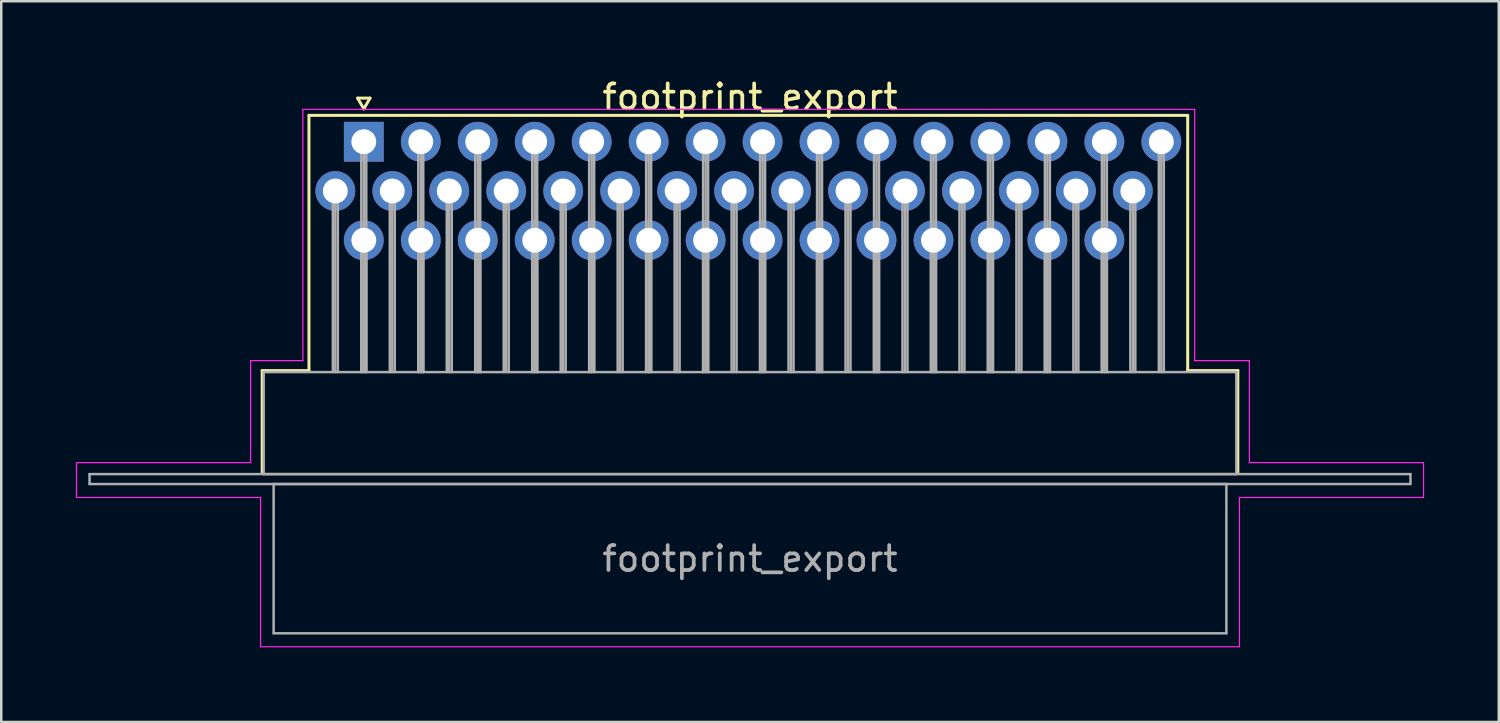
<source format=kicad_pcb>
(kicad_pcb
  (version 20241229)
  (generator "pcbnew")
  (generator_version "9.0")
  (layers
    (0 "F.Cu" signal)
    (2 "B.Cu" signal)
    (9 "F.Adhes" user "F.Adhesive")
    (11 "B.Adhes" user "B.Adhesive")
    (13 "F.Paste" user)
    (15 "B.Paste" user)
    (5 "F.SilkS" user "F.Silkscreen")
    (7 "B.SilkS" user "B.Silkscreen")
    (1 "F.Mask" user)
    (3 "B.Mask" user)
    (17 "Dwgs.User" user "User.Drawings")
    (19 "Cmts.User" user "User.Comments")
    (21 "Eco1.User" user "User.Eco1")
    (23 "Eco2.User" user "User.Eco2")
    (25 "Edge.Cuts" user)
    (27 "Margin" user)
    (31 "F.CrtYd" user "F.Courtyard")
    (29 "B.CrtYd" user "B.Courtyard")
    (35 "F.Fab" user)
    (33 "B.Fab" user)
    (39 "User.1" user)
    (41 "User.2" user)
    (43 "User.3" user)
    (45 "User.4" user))
  (footprint "footprint_export"
    (layer "F.Cu")
    (at 11.575 2.648)
    (property "Reference" "footprint_export" (at 15.525 -1.8 0) (layer "F.SilkS") (effects (font (size 1 1) (thickness 0.15))))
    (attr through_hole)
    (fp_line (start -4.085 9.2) (end -2.205 9.2) (stroke (width 0.12) (type solid)) (layer "F.SilkS"))
    (fp_line (start -4.085 13.3) (end -4.085 9.2) (stroke (width 0.12) (type solid)) (layer "F.SilkS"))
    (fp_line (start -2.205 -1.06) (end 33.12 -1.06) (stroke (width 0.12) (type solid)) (layer "F.SilkS"))
    (fp_line (start -2.205 9.2) (end -2.205 -1.06) (stroke (width 0.12) (type solid)) (layer "F.SilkS"))
    (fp_line (start -0.25 -1.754) (end 0.25 -1.754) (stroke (width 0.12) (type solid)) (layer "F.SilkS"))
    (fp_line (start 0 -1.321) (end -0.25 -1.754) (stroke (width 0.12) (type solid)) (layer "F.SilkS"))
    (fp_line (start 0.25 -1.754) (end 0 -1.321) (stroke (width 0.12) (type solid)) (layer "F.SilkS"))
    (fp_line (start 33.12 -1.06) (end 33.12 9.2) (stroke (width 0.12) (type solid)) (layer "F.SilkS"))
    (fp_line (start 33.12 9.2) (end 35.135 9.2) (stroke (width 0.12) (type solid)) (layer "F.SilkS"))
    (fp_line (start 35.135 9.2) (end 35.135 13.3) (stroke (width 0.12) (type solid)) (layer "F.SilkS"))
    (fp_line (start -11.55 12.9) (end -4.55 12.9) (stroke (width 0.05) (type solid)) (layer "F.CrtYd"))
    (fp_line (start -11.55 14.3) (end -11.55 12.9) (stroke (width 0.05) (type solid)) (layer "F.CrtYd"))
    (fp_line (start -4.55 8.8) (end -2.45 8.8) (stroke (width 0.05) (type solid)) (layer "F.CrtYd"))
    (fp_line (start -4.55 12.9) (end -4.55 8.8) (stroke (width 0.05) (type solid)) (layer "F.CrtYd"))
    (fp_line (start -4.15 14.3) (end -11.55 14.3) (stroke (width 0.05) (type solid)) (layer "F.CrtYd"))
    (fp_line (start -4.15 20.3) (end -4.15 14.3) (stroke (width 0.05) (type solid)) (layer "F.CrtYd"))
    (fp_line (start -2.45 -1.3) (end 33.4 -1.3) (stroke (width 0.05) (type solid)) (layer "F.CrtYd"))
    (fp_line (start -2.45 8.8) (end -2.45 -1.3) (stroke (width 0.05) (type solid)) (layer "F.CrtYd"))
    (fp_line (start 33.4 -1.3) (end 33.4 8.8) (stroke (width 0.05) (type solid)) (layer "F.CrtYd"))
    (fp_line (start 33.4 8.8) (end 35.6 8.8) (stroke (width 0.05) (type solid)) (layer "F.CrtYd"))
    (fp_line (start 35.2 14.3) (end 35.2 20.3) (stroke (width 0.05) (type solid)) (layer "F.CrtYd"))
    (fp_line (start 35.2 20.3) (end -4.15 20.3) (stroke (width 0.05) (type solid)) (layer "F.CrtYd"))
    (fp_line (start 35.6 8.8) (end 35.6 12.9) (stroke (width 0.05) (type solid)) (layer "F.CrtYd"))
    (fp_line (start 35.6 12.9) (end 42.6 12.9) (stroke (width 0.05) (type solid)) (layer "F.CrtYd"))
    (fp_line (start 42.6 12.9) (end 42.6 14.3) (stroke (width 0.05) (type solid)) (layer "F.CrtYd"))
    (fp_line (start 42.6 14.3) (end 35.2 14.3) (stroke (width 0.05) (type solid)) (layer "F.CrtYd"))
    (fp_line (start -11.025 13.36) (end -11.025 13.76) (stroke (width 0.1) (type solid)) (layer "F.Fab"))
    (fp_line (start -11.025 13.76) (end 42.075 13.76) (stroke (width 0.1) (type solid)) (layer "F.Fab"))
    (fp_line (start -4.025 9.26) (end -4.025 13.36) (stroke (width 0.1) (type solid)) (layer "F.Fab"))
    (fp_line (start -4.025 13.36) (end 35.075 13.36) (stroke (width 0.1) (type solid)) (layer "F.Fab"))
    (fp_line (start -3.625 13.76) (end -3.625 19.76) (stroke (width 0.1) (type solid)) (layer "F.Fab"))
    (fp_line (start -3.625 19.76) (end 34.675 19.76) (stroke (width 0.1) (type solid)) (layer "F.Fab"))
    (fp_line (start -1.245 1.98) (end -1.245 9.26) (stroke (width 0.1) (type solid)) (layer "F.Fab"))
    (fp_line (start -1.145 1.98) (end -1.145 9.26) (stroke (width 0.1) (type solid)) (layer "F.Fab"))
    (fp_line (start -1.045 1.98) (end -1.045 9.26) (stroke (width 0.1) (type solid)) (layer "F.Fab"))
    (fp_line (start -0.1 0) (end -0.1 9.26) (stroke (width 0.1) (type solid)) (layer "F.Fab"))
    (fp_line (start -0.1 3.96) (end -0.1 9.26) (stroke (width 0.1) (type solid)) (layer "F.Fab"))
    (fp_line (start 0 0) (end 0 9.26) (stroke (width 0.1) (type solid)) (layer "F.Fab"))
    (fp_line (start 0 3.96) (end 0 9.26) (stroke (width 0.1) (type solid)) (layer "F.Fab"))
    (fp_line (start 0.1 0) (end 0.1 9.26) (stroke (width 0.1) (type solid)) (layer "F.Fab"))
    (fp_line (start 0.1 3.96) (end 0.1 9.26) (stroke (width 0.1) (type solid)) (layer "F.Fab"))
    (fp_line (start 1.045 1.98) (end 1.045 9.26) (stroke (width 0.1) (type solid)) (layer "F.Fab"))
    (fp_line (start 1.145 1.98) (end 1.145 9.26) (stroke (width 0.1) (type solid)) (layer "F.Fab"))
    (fp_line (start 1.245 1.98) (end 1.245 9.26) (stroke (width 0.1) (type solid)) (layer "F.Fab"))
    (fp_line (start 2.19 0) (end 2.19 9.26) (stroke (width 0.1) (type solid)) (layer "F.Fab"))
    (fp_line (start 2.19 3.96) (end 2.19 9.26) (stroke (width 0.1) (type solid)) (layer "F.Fab"))
    (fp_line (start 2.29 0) (end 2.29 9.26) (stroke (width 0.1) (type solid)) (layer "F.Fab"))
    (fp_line (start 2.29 3.96) (end 2.29 9.26) (stroke (width 0.1) (type solid)) (layer "F.Fab"))
    (fp_line (start 2.39 0) (end 2.39 9.26) (stroke (width 0.1) (type solid)) (layer "F.Fab"))
    (fp_line (start 2.39 3.96) (end 2.39 9.26) (stroke (width 0.1) (type solid)) (layer "F.Fab"))
    (fp_line (start 3.335 1.98) (end 3.335 9.26) (stroke (width 0.1) (type solid)) (layer "F.Fab"))
    (fp_line (start 3.435 1.98) (end 3.435 9.26) (stroke (width 0.1) (type solid)) (layer "F.Fab"))
    (fp_line (start 3.535 1.98) (end 3.535 9.26) (stroke (width 0.1) (type solid)) (layer "F.Fab"))
    (fp_line (start 4.48 0) (end 4.48 9.26) (stroke (width 0.1) (type solid)) (layer "F.Fab"))
    (fp_line (start 4.48 3.96) (end 4.48 9.26) (stroke (width 0.1) (type solid)) (layer "F.Fab"))
    (fp_line (start 4.58 0) (end 4.58 9.26) (stroke (width 0.1) (type solid)) (layer "F.Fab"))
    (fp_line (start 4.58 3.96) (end 4.58 9.26) (stroke (width 0.1) (type solid)) (layer "F.Fab"))
    (fp_line (start 4.68 0) (end 4.68 9.26) (stroke (width 0.1) (type solid)) (layer "F.Fab"))
    (fp_line (start 4.68 3.96) (end 4.68 9.26) (stroke (width 0.1) (type solid)) (layer "F.Fab"))
    (fp_line (start 5.625 1.98) (end 5.625 9.26) (stroke (width 0.1) (type solid)) (layer "F.Fab"))
    (fp_line (start 5.725 1.98) (end 5.725 9.26) (stroke (width 0.1) (type solid)) (layer "F.Fab"))
    (fp_line (start 5.825 1.98) (end 5.825 9.26) (stroke (width 0.1) (type solid)) (layer "F.Fab"))
    (fp_line (start 6.77 0) (end 6.77 9.26) (stroke (width 0.1) (type solid)) (layer "F.Fab"))
    (fp_line (start 6.77 3.96) (end 6.77 9.26) (stroke (width 0.1) (type solid)) (layer "F.Fab"))
    (fp_line (start 6.87 0) (end 6.87 9.26) (stroke (width 0.1) (type solid)) (layer "F.Fab"))
    (fp_line (start 6.87 3.96) (end 6.87 9.26) (stroke (width 0.1) (type solid)) (layer "F.Fab"))
    (fp_line (start 6.97 0) (end 6.97 9.26) (stroke (width 0.1) (type solid)) (layer "F.Fab"))
    (fp_line (start 6.97 3.96) (end 6.97 9.26) (stroke (width 0.1) (type solid)) (layer "F.Fab"))
    (fp_line (start 7.915 1.98) (end 7.915 9.26) (stroke (width 0.1) (type solid)) (layer "F.Fab"))
    (fp_line (start 8.015 1.98) (end 8.015 9.26) (stroke (width 0.1) (type solid)) (layer "F.Fab"))
    (fp_line (start 8.115 1.98) (end 8.115 9.26) (stroke (width 0.1) (type solid)) (layer "F.Fab"))
    (fp_line (start 9.06 0) (end 9.06 9.26) (stroke (width 0.1) (type solid)) (layer "F.Fab"))
    (fp_line (start 9.06 3.96) (end 9.06 9.26) (stroke (width 0.1) (type solid)) (layer "F.Fab"))
    (fp_line (start 9.16 0) (end 9.16 9.26) (stroke (width 0.1) (type solid)) (layer "F.Fab"))
    (fp_line (start 9.16 3.96) (end 9.16 9.26) (stroke (width 0.1) (type solid)) (layer "F.Fab"))
    (fp_line (start 9.26 0) (end 9.26 9.26) (stroke (width 0.1) (type solid)) (layer "F.Fab"))
    (fp_line (start 9.26 3.96) (end 9.26 9.26) (stroke (width 0.1) (type solid)) (layer "F.Fab"))
    (fp_line (start 10.205 1.98) (end 10.205 9.26) (stroke (width 0.1) (type solid)) (layer "F.Fab"))
    (fp_line (start 10.305 1.98) (end 10.305 9.26) (stroke (width 0.1) (type solid)) (layer "F.Fab"))
    (fp_line (start 10.405 1.98) (end 10.405 9.26) (stroke (width 0.1) (type solid)) (layer "F.Fab"))
    (fp_line (start 11.35 0) (end 11.35 9.26) (stroke (width 0.1) (type solid)) (layer "F.Fab"))
    (fp_line (start 11.35 3.96) (end 11.35 9.26) (stroke (width 0.1) (type solid)) (layer "F.Fab"))
    (fp_line (start 11.45 0) (end 11.45 9.26) (stroke (width 0.1) (type solid)) (layer "F.Fab"))
    (fp_line (start 11.45 3.96) (end 11.45 9.26) (stroke (width 0.1) (type solid)) (layer "F.Fab"))
    (fp_line (start 11.55 0) (end 11.55 9.26) (stroke (width 0.1) (type solid)) (layer "F.Fab"))
    (fp_line (start 11.55 3.96) (end 11.55 9.26) (stroke (width 0.1) (type solid)) (layer "F.Fab"))
    (fp_line (start 12.495 1.98) (end 12.495 9.26) (stroke (width 0.1) (type solid)) (layer "F.Fab"))
    (fp_line (start 12.595 1.98) (end 12.595 9.26) (stroke (width 0.1) (type solid)) (layer "F.Fab"))
    (fp_line (start 12.695 1.98) (end 12.695 9.26) (stroke (width 0.1) (type solid)) (layer "F.Fab"))
    (fp_line (start 13.64 0) (end 13.64 9.26) (stroke (width 0.1) (type solid)) (layer "F.Fab"))
    (fp_line (start 13.64 3.96) (end 13.64 9.26) (stroke (width 0.1) (type solid)) (layer "F.Fab"))
    (fp_line (start 13.74 0) (end 13.74 9.26) (stroke (width 0.1) (type solid)) (layer "F.Fab"))
    (fp_line (start 13.74 3.96) (end 13.74 9.26) (stroke (width 0.1) (type solid)) (layer "F.Fab"))
    (fp_line (start 13.84 0) (end 13.84 9.26) (stroke (width 0.1) (type solid)) (layer "F.Fab"))
    (fp_line (start 13.84 3.96) (end 13.84 9.26) (stroke (width 0.1) (type solid)) (layer "F.Fab"))
    (fp_line (start 14.785 1.98) (end 14.785 9.26) (stroke (width 0.1) (type solid)) (layer "F.Fab"))
    (fp_line (start 14.885 1.98) (end 14.885 9.26) (stroke (width 0.1) (type solid)) (layer "F.Fab"))
    (fp_line (start 14.985 1.98) (end 14.985 9.26) (stroke (width 0.1) (type solid)) (layer "F.Fab"))
    (fp_line (start 15.93 0) (end 15.93 9.26) (stroke (width 0.1) (type solid)) (layer "F.Fab"))
    (fp_line (start 15.93 3.96) (end 15.93 9.26) (stroke (width 0.1) (type solid)) (layer "F.Fab"))
    (fp_line (start 16.03 0) (end 16.03 9.26) (stroke (width 0.1) (type solid)) (layer "F.Fab"))
    (fp_line (start 16.03 3.96) (end 16.03 9.26) (stroke (width 0.1) (type solid)) (layer "F.Fab"))
    (fp_line (start 16.13 0) (end 16.13 9.26) (stroke (width 0.1) (type solid)) (layer "F.Fab"))
    (fp_line (start 16.13 3.96) (end 16.13 9.26) (stroke (width 0.1) (type solid)) (layer "F.Fab"))
    (fp_line (start 17.075 1.98) (end 17.075 9.26) (stroke (width 0.1) (type solid)) (layer "F.Fab"))
    (fp_line (start 17.175 1.98) (end 17.175 9.26) (stroke (width 0.1) (type solid)) (layer "F.Fab"))
    (fp_line (start 17.275 1.98) (end 17.275 9.26) (stroke (width 0.1) (type solid)) (layer "F.Fab"))
    (fp_line (start 18.22 0) (end 18.22 9.26) (stroke (width 0.1) (type solid)) (layer "F.Fab"))
    (fp_line (start 18.22 3.96) (end 18.22 9.26) (stroke (width 0.1) (type solid)) (layer "F.Fab"))
    (fp_line (start 18.32 0) (end 18.32 9.26) (stroke (width 0.1) (type solid)) (layer "F.Fab"))
    (fp_line (start 18.32 3.96) (end 18.32 9.26) (stroke (width 0.1) (type solid)) (layer "F.Fab"))
    (fp_line (start 18.42 0) (end 18.42 9.26) (stroke (width 0.1) (type solid)) (layer "F.Fab"))
    (fp_line (start 18.42 3.96) (end 18.42 9.26) (stroke (width 0.1) (type solid)) (layer "F.Fab"))
    (fp_line (start 19.365 1.98) (end 19.365 9.26) (stroke (width 0.1) (type solid)) (layer "F.Fab"))
    (fp_line (start 19.465 1.98) (end 19.465 9.26) (stroke (width 0.1) (type solid)) (layer "F.Fab"))
    (fp_line (start 19.565 1.98) (end 19.565 9.26) (stroke (width 0.1) (type solid)) (layer "F.Fab"))
    (fp_line (start 20.51 0) (end 20.51 9.26) (stroke (width 0.1) (type solid)) (layer "F.Fab"))
    (fp_line (start 20.51 3.96) (end 20.51 9.26) (stroke (width 0.1) (type solid)) (layer "F.Fab"))
    (fp_line (start 20.61 0) (end 20.61 9.26) (stroke (width 0.1) (type solid)) (layer "F.Fab"))
    (fp_line (start 20.61 3.96) (end 20.61 9.26) (stroke (width 0.1) (type solid)) (layer "F.Fab"))
    (fp_line (start 20.71 0) (end 20.71 9.26) (stroke (width 0.1) (type solid)) (layer "F.Fab"))
    (fp_line (start 20.71 3.96) (end 20.71 9.26) (stroke (width 0.1) (type solid)) (layer "F.Fab"))
    (fp_line (start 21.655 1.98) (end 21.655 9.26) (stroke (width 0.1) (type solid)) (layer "F.Fab"))
    (fp_line (start 21.755 1.98) (end 21.755 9.26) (stroke (width 0.1) (type solid)) (layer "F.Fab"))
    (fp_line (start 21.855 1.98) (end 21.855 9.26) (stroke (width 0.1) (type solid)) (layer "F.Fab"))
    (fp_line (start 22.8 0) (end 22.8 9.26) (stroke (width 0.1) (type solid)) (layer "F.Fab"))
    (fp_line (start 22.8 3.96) (end 22.8 9.26) (stroke (width 0.1) (type solid)) (layer "F.Fab"))
    (fp_line (start 22.9 0) (end 22.9 9.26) (stroke (width 0.1) (type solid)) (layer "F.Fab"))
    (fp_line (start 22.9 3.96) (end 22.9 9.26) (stroke (width 0.1) (type solid)) (layer "F.Fab"))
    (fp_line (start 23 0) (end 23 9.26) (stroke (width 0.1) (type solid)) (layer "F.Fab"))
    (fp_line (start 23 3.96) (end 23 9.26) (stroke (width 0.1) (type solid)) (layer "F.Fab"))
    (fp_line (start 23.945 1.98) (end 23.945 9.26) (stroke (width 0.1) (type solid)) (layer "F.Fab"))
    (fp_line (start 24.045 1.98) (end 24.045 9.26) (stroke (width 0.1) (type solid)) (layer "F.Fab"))
    (fp_line (start 24.145 1.98) (end 24.145 9.26) (stroke (width 0.1) (type solid)) (layer "F.Fab"))
    (fp_line (start 25.09 0) (end 25.09 9.26) (stroke (width 0.1) (type solid)) (layer "F.Fab"))
    (fp_line (start 25.09 3.96) (end 25.09 9.26) (stroke (width 0.1) (type solid)) (layer "F.Fab"))
    (fp_line (start 25.19 0) (end 25.19 9.26) (stroke (width 0.1) (type solid)) (layer "F.Fab"))
    (fp_line (start 25.19 3.96) (end 25.19 9.26) (stroke (width 0.1) (type solid)) (layer "F.Fab"))
    (fp_line (start 25.29 0) (end 25.29 9.26) (stroke (width 0.1) (type solid)) (layer "F.Fab"))
    (fp_line (start 25.29 3.96) (end 25.29 9.26) (stroke (width 0.1) (type solid)) (layer "F.Fab"))
    (fp_line (start 26.235 1.98) (end 26.235 9.26) (stroke (width 0.1) (type solid)) (layer "F.Fab"))
    (fp_line (start 26.335 1.98) (end 26.335 9.26) (stroke (width 0.1) (type solid)) (layer "F.Fab"))
    (fp_line (start 26.435 1.98) (end 26.435 9.26) (stroke (width 0.1) (type solid)) (layer "F.Fab"))
    (fp_line (start 27.38 0) (end 27.38 9.26) (stroke (width 0.1) (type solid)) (layer "F.Fab"))
    (fp_line (start 27.38 3.96) (end 27.38 9.26) (stroke (width 0.1) (type solid)) (layer "F.Fab"))
    (fp_line (start 27.48 0) (end 27.48 9.26) (stroke (width 0.1) (type solid)) (layer "F.Fab"))
    (fp_line (start 27.48 3.96) (end 27.48 9.26) (stroke (width 0.1) (type solid)) (layer "F.Fab"))
    (fp_line (start 27.58 0) (end 27.58 9.26) (stroke (width 0.1) (type solid)) (layer "F.Fab"))
    (fp_line (start 27.58 3.96) (end 27.58 9.26) (stroke (width 0.1) (type solid)) (layer "F.Fab"))
    (fp_line (start 28.525 1.98) (end 28.525 9.26) (stroke (width 0.1) (type solid)) (layer "F.Fab"))
    (fp_line (start 28.625 1.98) (end 28.625 9.26) (stroke (width 0.1) (type solid)) (layer "F.Fab"))
    (fp_line (start 28.725 1.98) (end 28.725 9.26) (stroke (width 0.1) (type solid)) (layer "F.Fab"))
    (fp_line (start 29.67 0) (end 29.67 9.26) (stroke (width 0.1) (type solid)) (layer "F.Fab"))
    (fp_line (start 29.67 3.96) (end 29.67 9.26) (stroke (width 0.1) (type solid)) (layer "F.Fab"))
    (fp_line (start 29.77 0) (end 29.77 9.26) (stroke (width 0.1) (type solid)) (layer "F.Fab"))
    (fp_line (start 29.77 3.96) (end 29.77 9.26) (stroke (width 0.1) (type solid)) (layer "F.Fab"))
    (fp_line (start 29.87 0) (end 29.87 9.26) (stroke (width 0.1) (type solid)) (layer "F.Fab"))
    (fp_line (start 29.87 3.96) (end 29.87 9.26) (stroke (width 0.1) (type solid)) (layer "F.Fab"))
    (fp_line (start 30.815 1.98) (end 30.815 9.26) (stroke (width 0.1) (type solid)) (layer "F.Fab"))
    (fp_line (start 30.915 1.98) (end 30.915 9.26) (stroke (width 0.1) (type solid)) (layer "F.Fab"))
    (fp_line (start 31.015 1.98) (end 31.015 9.26) (stroke (width 0.1) (type solid)) (layer "F.Fab"))
    (fp_line (start 31.96 0) (end 31.96 9.26) (stroke (width 0.1) (type solid)) (layer "F.Fab"))
    (fp_line (start 32.06 0) (end 32.06 9.26) (stroke (width 0.1) (type solid)) (layer "F.Fab"))
    (fp_line (start 32.16 0) (end 32.16 9.26) (stroke (width 0.1) (type solid)) (layer "F.Fab"))
    (fp_line (start 34.675 13.76) (end -3.625 13.76) (stroke (width 0.1) (type solid)) (layer "F.Fab"))
    (fp_line (start 34.675 19.76) (end 34.675 13.76) (stroke (width 0.1) (type solid)) (layer "F.Fab"))
    (fp_line (start 35.075 9.26) (end -4.025 9.26) (stroke (width 0.1) (type solid)) (layer "F.Fab"))
    (fp_line (start 35.075 13.36) (end 35.075 9.26) (stroke (width 0.1) (type solid)) (layer "F.Fab"))
    (fp_line (start 42.075 13.36) (end -11.025 13.36) (stroke (width 0.1) (type solid)) (layer "F.Fab"))
    (fp_line (start 42.075 13.76) (end 42.075 13.36) (stroke (width 0.1) (type solid)) (layer "F.Fab"))
    (fp_text user "${REFERENCE}" (at 15.525 16.76 0) (layer "F.Fab") (effects (font (size 1 1) (thickness 0.15))))
    (pad "1" thru_hole rect (at 0 0) (size 1.6 1.6) (drill 1) (layers "*.Cu" "*.Mask"))
    (pad "2" thru_hole circle (at 2.29 0) (size 1.6 1.6) (drill 1) (layers "*.Cu" "*.Mask"))
    (pad "3" thru_hole circle (at 4.58 0) (size 1.6 1.6) (drill 1) (layers "*.Cu" "*.Mask"))
    (pad "4" thru_hole circle (at 6.87 0) (size 1.6 1.6) (drill 1) (layers "*.Cu" "*.Mask"))
    (pad "5" thru_hole circle (at 9.16 0) (size 1.6 1.6) (drill 1) (layers "*.Cu" "*.Mask"))
    (pad "6" thru_hole circle (at 11.45 0) (size 1.6 1.6) (drill 1) (layers "*.Cu" "*.Mask"))
    (pad "7" thru_hole circle (at 13.74 0) (size 1.6 1.6) (drill 1) (layers "*.Cu" "*.Mask"))
    (pad "8" thru_hole circle (at 16.03 0) (size 1.6 1.6) (drill 1) (layers "*.Cu" "*.Mask"))
    (pad "9" thru_hole circle (at 18.32 0) (size 1.6 1.6) (drill 1) (layers "*.Cu" "*.Mask"))
    (pad "10" thru_hole circle (at 20.61 0) (size 1.6 1.6) (drill 1) (layers "*.Cu" "*.Mask"))
    (pad "11" thru_hole circle (at 22.9 0) (size 1.6 1.6) (drill 1) (layers "*.Cu" "*.Mask"))
    (pad "12" thru_hole circle (at 25.19 0) (size 1.6 1.6) (drill 1) (layers "*.Cu" "*.Mask"))
    (pad "13" thru_hole circle (at 27.48 0) (size 1.6 1.6) (drill 1) (layers "*.Cu" "*.Mask"))
    (pad "14" thru_hole circle (at 29.77 0) (size 1.6 1.6) (drill 1) (layers "*.Cu" "*.Mask"))
    (pad "15" thru_hole circle (at 32.06 0) (size 1.6 1.6) (drill 1) (layers "*.Cu" "*.Mask"))
    (pad "16" thru_hole circle (at -1.145 1.98) (size 1.6 1.6) (drill 1) (layers "*.Cu" "*.Mask"))
    (pad "17" thru_hole circle (at 1.145 1.98) (size 1.6 1.6) (drill 1) (layers "*.Cu" "*.Mask"))
    (pad "18" thru_hole circle (at 3.435 1.98) (size 1.6 1.6) (drill 1) (layers "*.Cu" "*.Mask"))
    (pad "19" thru_hole circle (at 5.725 1.98) (size 1.6 1.6) (drill 1) (layers "*.Cu" "*.Mask"))
    (pad "20" thru_hole circle (at 8.015 1.98) (size 1.6 1.6) (drill 1) (layers "*.Cu" "*.Mask"))
    (pad "21" thru_hole circle (at 10.305 1.98) (size 1.6 1.6) (drill 1) (layers "*.Cu" "*.Mask"))
    (pad "22" thru_hole circle (at 12.595 1.98) (size 1.6 1.6) (drill 1) (layers "*.Cu" "*.Mask"))
    (pad "23" thru_hole circle (at 14.885 1.98) (size 1.6 1.6) (drill 1) (layers "*.Cu" "*.Mask"))
    (pad "24" thru_hole circle (at 17.175 1.98) (size 1.6 1.6) (drill 1) (layers "*.Cu" "*.Mask"))
    (pad "25" thru_hole circle (at 19.465 1.98) (size 1.6 1.6) (drill 1) (layers "*.Cu" "*.Mask"))
    (pad "26" thru_hole circle (at 21.755 1.98) (size 1.6 1.6) (drill 1) (layers "*.Cu" "*.Mask"))
    (pad "27" thru_hole circle (at 24.045 1.98) (size 1.6 1.6) (drill 1) (layers "*.Cu" "*.Mask"))
    (pad "28" thru_hole circle (at 26.335 1.98) (size 1.6 1.6) (drill 1) (layers "*.Cu" "*.Mask"))
    (pad "29" thru_hole circle (at 28.625 1.98) (size 1.6 1.6) (drill 1) (layers "*.Cu" "*.Mask"))
    (pad "30" thru_hole circle (at 30.915 1.98) (size 1.6 1.6) (drill 1) (layers "*.Cu" "*.Mask"))
    (pad "31" thru_hole circle (at 0 3.96) (size 1.6 1.6) (drill 1) (layers "*.Cu" "*.Mask"))
    (pad "32" thru_hole circle (at 2.29 3.96) (size 1.6 1.6) (drill 1) (layers "*.Cu" "*.Mask"))
    (pad "33" thru_hole circle (at 4.58 3.96) (size 1.6 1.6) (drill 1) (layers "*.Cu" "*.Mask"))
    (pad "34" thru_hole circle (at 6.87 3.96) (size 1.6 1.6) (drill 1) (layers "*.Cu" "*.Mask"))
    (pad "35" thru_hole circle (at 9.16 3.96) (size 1.6 1.6) (drill 1) (layers "*.Cu" "*.Mask"))
    (pad "36" thru_hole circle (at 11.45 3.96) (size 1.6 1.6) (drill 1) (layers "*.Cu" "*.Mask"))
    (pad "37" thru_hole circle (at 13.74 3.96) (size 1.6 1.6) (drill 1) (layers "*.Cu" "*.Mask"))
    (pad "38" thru_hole circle (at 16.03 3.96) (size 1.6 1.6) (drill 1) (layers "*.Cu" "*.Mask"))
    (pad "39" thru_hole circle (at 18.32 3.96) (size 1.6 1.6) (drill 1) (layers "*.Cu" "*.Mask"))
    (pad "40" thru_hole circle (at 20.61 3.96) (size 1.6 1.6) (drill 1) (layers "*.Cu" "*.Mask"))
    (pad "41" thru_hole circle (at 22.9 3.96) (size 1.6 1.6) (drill 1) (layers "*.Cu" "*.Mask"))
    (pad "42" thru_hole circle (at 25.19 3.96) (size 1.6 1.6) (drill 1) (layers "*.Cu" "*.Mask"))
    (pad "43" thru_hole circle (at 27.48 3.96) (size 1.6 1.6) (drill 1) (layers "*.Cu" "*.Mask"))
    (pad "44" thru_hole circle (at 29.77 3.96) (size 1.6 1.6) (drill 1) (layers "*.Cu" "*.Mask")))
  (gr_rect
    (start -3 -3)
    (end 57.2 25.973)
    (stroke (width 0.1) (type default))
    (fill no)
    (layer "Edge.Cuts")))
</source>
